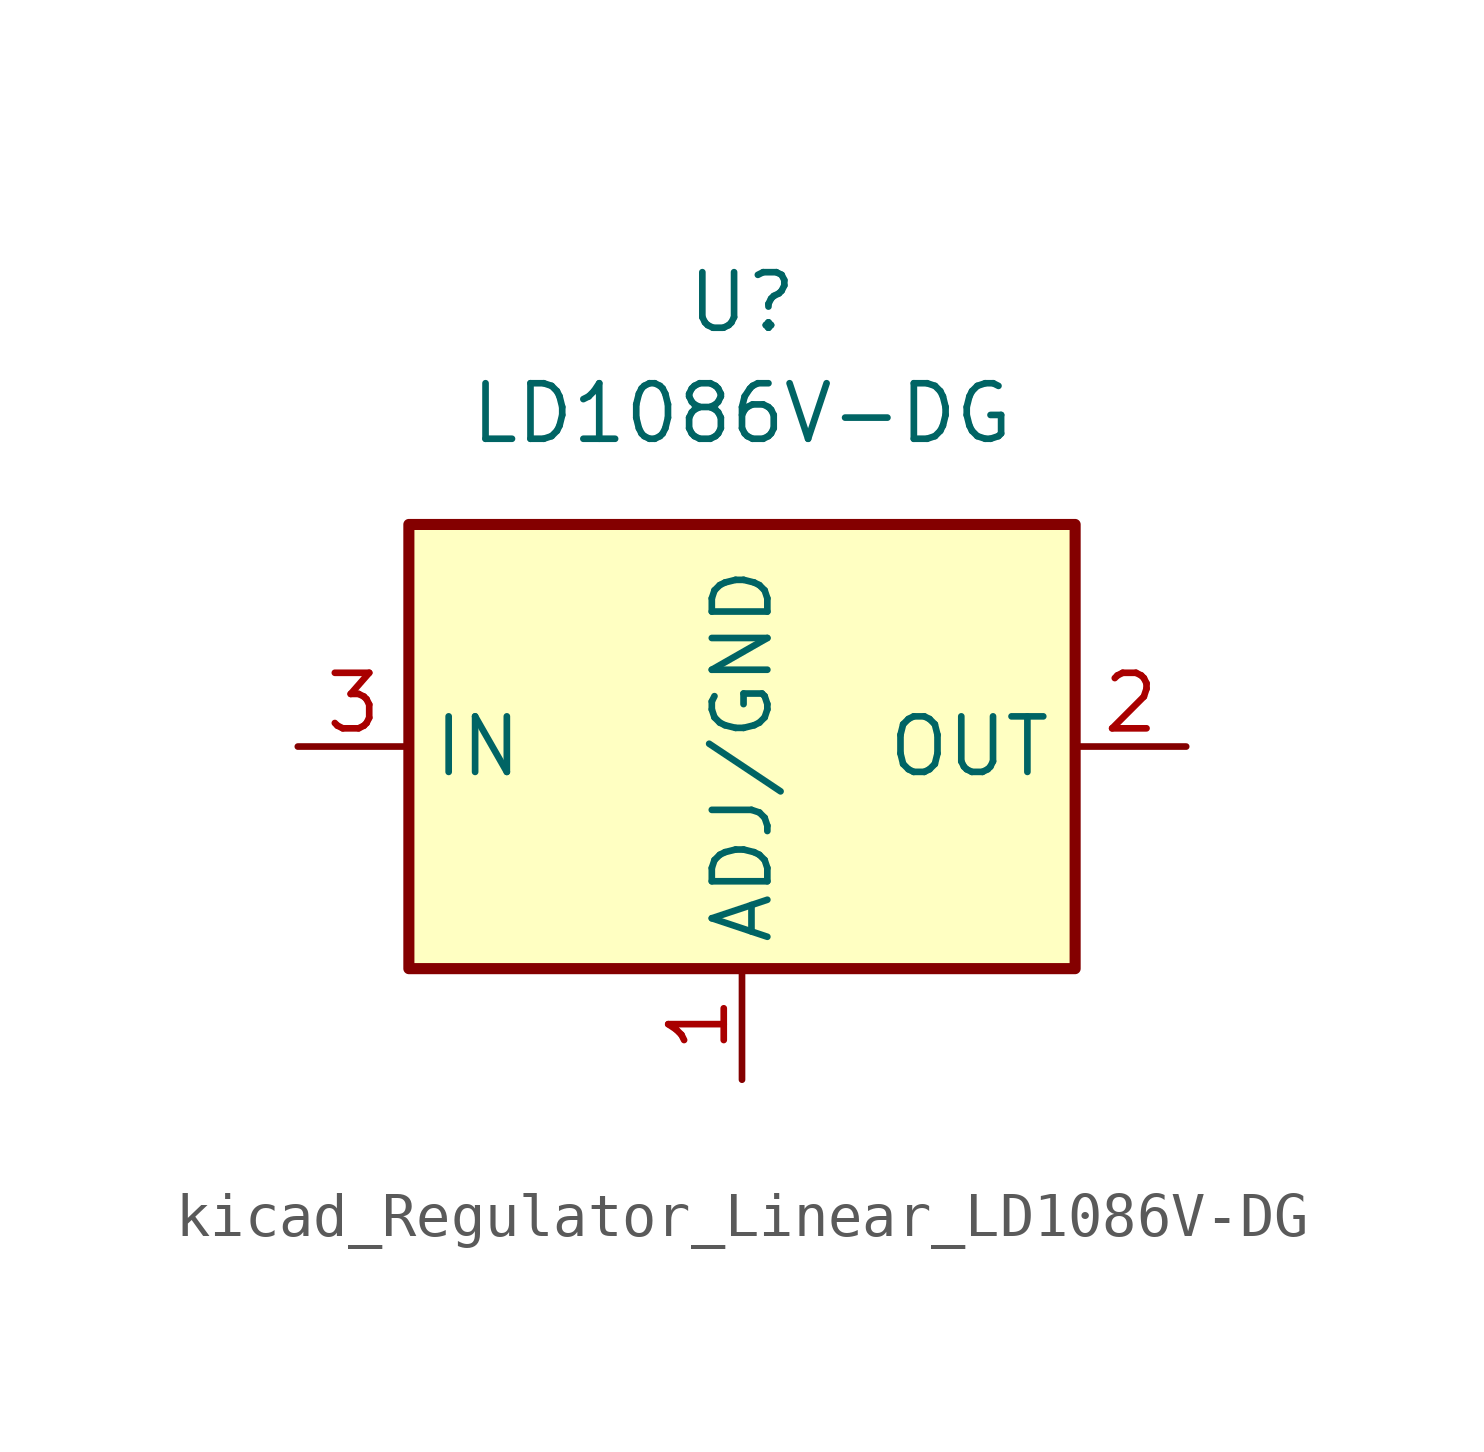
<source format=kicad_sym>
(kicad_symbol_lib
  (version 20220914)
  (generator kicad_symbol_editor)
  (symbol "kicad_Regulator_Linear_LD1086V-DG"
    (property "Reference" "U"
      (at 0 10.16 0)
      (effects (font (size 1.27 1.27))))
    (property "Value" "LD1086V-DG"
      (at 0 7.62 0)
      (effects (font (size 1.27 1.27))))
    (symbol "kicad_Regulator_Linear_LD1086V-DG_1_1"
      (rectangle (start -7.62 -5.08) (end 7.62 5.08) (stroke (width 0.254) (type default)) (fill (type background)))
      (pin input line (at 0 -7.62 90) (length 2.54) (name "ADJ/GND" (effects (font (size 1.27 1.27)))) (number "1" (effects (font (size 1.27 1.27)))))
      (pin power_out line (at 10.16 0 180) (length 2.54) (name "OUT" (effects (font (size 1.27 1.27)))) (number "2" (effects (font (size 1.27 1.27)))))
      (pin power_in line (at -10.16 0 0) (length 2.54) (name "IN" (effects (font (size 1.27 1.27)))) (number "3" (effects (font (size 1.27 1.27))))))))
</source>
